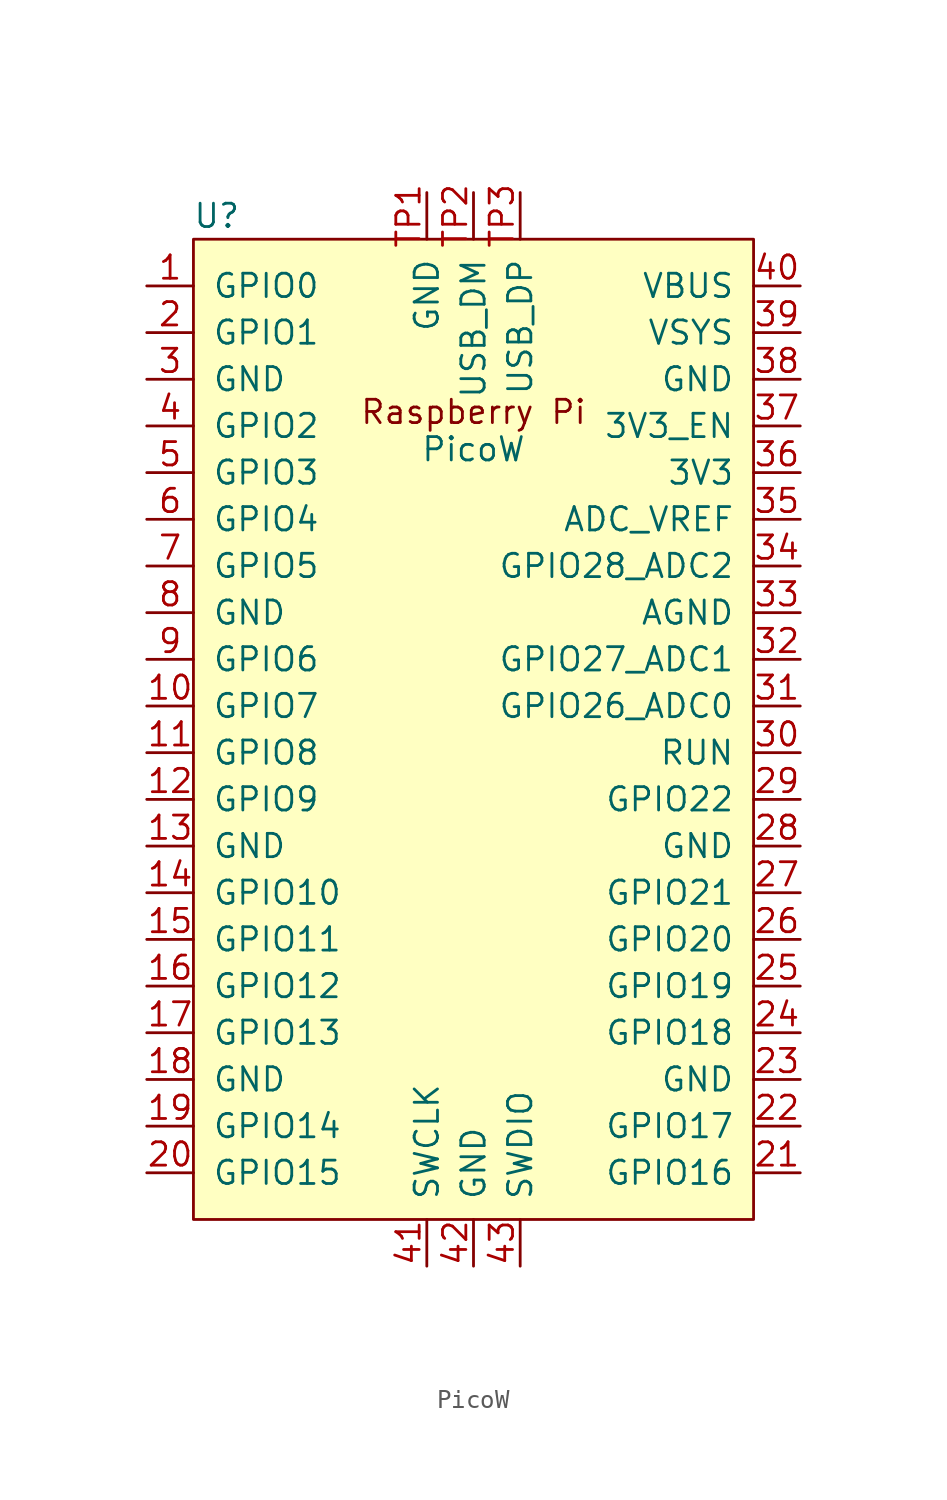
<source format=kicad_sym>
(kicad_symbol_lib
  (version 20231120)
  (generator "kicad_symbol_editor")
  (generator_version "8.0")
  (symbol "PicoW"
    (pin_names
      (offset 1.016))
    (property "Reference" "U"
      (at -13.97 27.94 0)
      (effects (font (size 1.27 1.27))))
    (property "Value" "PicoW"
      (at 0 15.24 0)
      (effects (font (size 1.27 1.27))))
    (symbol "PicoW_0_0"
      (text "Raspberry Pi" (at 0 17.272 0) (effects (font (size 1.27 1.27)))))
    (symbol "PicoW_0_1"
      (rectangle (start -15.24 26.67) (end 15.24 -26.67) (stroke (width 0) (type default)) (fill (type background))))
    (symbol "PicoW_1_1"
      (pin bidirectional line (at -17.78 24.13 0) (length 2.54) (name "GPIO0" (effects (font (size 1.27 1.27)))) (number "1" (effects (font (size 1.27 1.27)))))
      (pin bidirectional line (at -17.78 1.27 0) (length 2.54) (name "GPIO7" (effects (font (size 1.27 1.27)))) (number "10" (effects (font (size 1.27 1.27)))))
      (pin bidirectional line (at -17.78 -1.27 0) (length 2.54) (name "GPIO8" (effects (font (size 1.27 1.27)))) (number "11" (effects (font (size 1.27 1.27)))))
      (pin bidirectional line (at -17.78 -3.81 0) (length 2.54) (name "GPIO9" (effects (font (size 1.27 1.27)))) (number "12" (effects (font (size 1.27 1.27)))))
      (pin power_in line (at -17.78 -6.35 0) (length 2.54) (name "GND" (effects (font (size 1.27 1.27)))) (number "13" (effects (font (size 1.27 1.27)))))
      (pin bidirectional line (at -17.78 -8.89 0) (length 2.54) (name "GPIO10" (effects (font (size 1.27 1.27)))) (number "14" (effects (font (size 1.27 1.27)))))
      (pin bidirectional line (at -17.78 -11.43 0) (length 2.54) (name "GPIO11" (effects (font (size 1.27 1.27)))) (number "15" (effects (font (size 1.27 1.27)))))
      (pin bidirectional line (at -17.78 -13.97 0) (length 2.54) (name "GPIO12" (effects (font (size 1.27 1.27)))) (number "16" (effects (font (size 1.27 1.27)))))
      (pin bidirectional line (at -17.78 -16.51 0) (length 2.54) (name "GPIO13" (effects (font (size 1.27 1.27)))) (number "17" (effects (font (size 1.27 1.27)))))
      (pin power_in line (at -17.78 -19.05 0) (length 2.54) (name "GND" (effects (font (size 1.27 1.27)))) (number "18" (effects (font (size 1.27 1.27)))))
      (pin bidirectional line (at -17.78 -21.59 0) (length 2.54) (name "GPIO14" (effects (font (size 1.27 1.27)))) (number "19" (effects (font (size 1.27 1.27)))))
      (pin bidirectional line (at -17.78 21.59 0) (length 2.54) (name "GPIO1" (effects (font (size 1.27 1.27)))) (number "2" (effects (font (size 1.27 1.27)))))
      (pin bidirectional line (at -17.78 -24.13 0) (length 2.54) (name "GPIO15" (effects (font (size 1.27 1.27)))) (number "20" (effects (font (size 1.27 1.27)))))
      (pin bidirectional line (at 17.78 -24.13 180) (length 2.54) (name "GPIO16" (effects (font (size 1.27 1.27)))) (number "21" (effects (font (size 1.27 1.27)))))
      (pin bidirectional line (at 17.78 -21.59 180) (length 2.54) (name "GPIO17" (effects (font (size 1.27 1.27)))) (number "22" (effects (font (size 1.27 1.27)))))
      (pin power_in line (at 17.78 -19.05 180) (length 2.54) (name "GND" (effects (font (size 1.27 1.27)))) (number "23" (effects (font (size 1.27 1.27)))))
      (pin bidirectional line (at 17.78 -16.51 180) (length 2.54) (name "GPIO18" (effects (font (size 1.27 1.27)))) (number "24" (effects (font (size 1.27 1.27)))))
      (pin bidirectional line (at 17.78 -13.97 180) (length 2.54) (name "GPIO19" (effects (font (size 1.27 1.27)))) (number "25" (effects (font (size 1.27 1.27)))))
      (pin bidirectional line (at 17.78 -11.43 180) (length 2.54) (name "GPIO20" (effects (font (size 1.27 1.27)))) (number "26" (effects (font (size 1.27 1.27)))))
      (pin bidirectional line (at 17.78 -8.89 180) (length 2.54) (name "GPIO21" (effects (font (size 1.27 1.27)))) (number "27" (effects (font (size 1.27 1.27)))))
      (pin power_in line (at 17.78 -6.35 180) (length 2.54) (name "GND" (effects (font (size 1.27 1.27)))) (number "28" (effects (font (size 1.27 1.27)))))
      (pin bidirectional line (at 17.78 -3.81 180) (length 2.54) (name "GPIO22" (effects (font (size 1.27 1.27)))) (number "29" (effects (font (size 1.27 1.27)))))
      (pin power_in line (at -17.78 19.05 0) (length 2.54) (name "GND" (effects (font (size 1.27 1.27)))) (number "3" (effects (font (size 1.27 1.27)))))
      (pin input line (at 17.78 -1.27 180) (length 2.54) (name "RUN" (effects (font (size 1.27 1.27)))) (number "30" (effects (font (size 1.27 1.27)))))
      (pin bidirectional line (at 17.78 1.27 180) (length 2.54) (name "GPIO26_ADC0" (effects (font (size 1.27 1.27)))) (number "31" (effects (font (size 1.27 1.27)))))
      (pin bidirectional line (at 17.78 3.81 180) (length 2.54) (name "GPIO27_ADC1" (effects (font (size 1.27 1.27)))) (number "32" (effects (font (size 1.27 1.27)))))
      (pin power_in line (at 17.78 6.35 180) (length 2.54) (name "AGND" (effects (font (size 1.27 1.27)))) (number "33" (effects (font (size 1.27 1.27)))))
      (pin bidirectional line (at 17.78 8.89 180) (length 2.54) (name "GPIO28_ADC2" (effects (font (size 1.27 1.27)))) (number "34" (effects (font (size 1.27 1.27)))))
      (pin unspecified line (at 17.78 11.43 180) (length 2.54) (name "ADC_VREF" (effects (font (size 1.27 1.27)))) (number "35" (effects (font (size 1.27 1.27)))))
      (pin unspecified line (at 17.78 13.97 180) (length 2.54) (name "3V3" (effects (font (size 1.27 1.27)))) (number "36" (effects (font (size 1.27 1.27)))))
      (pin input line (at 17.78 16.51 180) (length 2.54) (name "3V3_EN" (effects (font (size 1.27 1.27)))) (number "37" (effects (font (size 1.27 1.27)))))
      (pin bidirectional line (at 17.78 19.05 180) (length 2.54) (name "GND" (effects (font (size 1.27 1.27)))) (number "38" (effects (font (size 1.27 1.27)))))
      (pin unspecified line (at 17.78 21.59 180) (length 2.54) (name "VSYS" (effects (font (size 1.27 1.27)))) (number "39" (effects (font (size 1.27 1.27)))))
      (pin bidirectional line (at -17.78 16.51 0) (length 2.54) (name "GPIO2" (effects (font (size 1.27 1.27)))) (number "4" (effects (font (size 1.27 1.27)))))
      (pin unspecified line (at 17.78 24.13 180) (length 2.54) (name "VBUS" (effects (font (size 1.27 1.27)))) (number "40" (effects (font (size 1.27 1.27)))))
      (pin input line (at -2.54 -29.21 90) (length 2.54) (name "SWCLK" (effects (font (size 1.27 1.27)))) (number "41" (effects (font (size 1.27 1.27)))))
      (pin power_in line (at 0 -29.21 90) (length 2.54) (name "GND" (effects (font (size 1.27 1.27)))) (number "42" (effects (font (size 1.27 1.27)))))
      (pin bidirectional line (at 2.54 -29.21 90) (length 2.54) (name "SWDIO" (effects (font (size 1.27 1.27)))) (number "43" (effects (font (size 1.27 1.27)))))
      (pin bidirectional line (at -17.78 13.97 0) (length 2.54) (name "GPIO3" (effects (font (size 1.27 1.27)))) (number "5" (effects (font (size 1.27 1.27)))))
      (pin bidirectional line (at -17.78 11.43 0) (length 2.54) (name "GPIO4" (effects (font (size 1.27 1.27)))) (number "6" (effects (font (size 1.27 1.27)))))
      (pin bidirectional line (at -17.78 8.89 0) (length 2.54) (name "GPIO5" (effects (font (size 1.27 1.27)))) (number "7" (effects (font (size 1.27 1.27)))))
      (pin power_in line (at -17.78 6.35 0) (length 2.54) (name "GND" (effects (font (size 1.27 1.27)))) (number "8" (effects (font (size 1.27 1.27)))))
      (pin bidirectional line (at -17.78 3.81 0) (length 2.54) (name "GPIO6" (effects (font (size 1.27 1.27)))) (number "9" (effects (font (size 1.27 1.27)))))
      (pin input line (at -2.54 29.21 270) (length 2.54) (name "GND" (effects (font (size 1.27 1.27)))) (number "TP1" (effects (font (size 1.27 1.27)))))
      (pin input line (at 0 29.21 270) (length 2.54) (name "USB_DM" (effects (font (size 1.27 1.27)))) (number "TP2" (effects (font (size 1.27 1.27)))))
      (pin input line (at 2.54 29.21 270) (length 2.54) (name "USB_DP" (effects (font (size 1.27 1.27)))) (number "TP3" (effects (font (size 1.27 1.27))))))))
</source>
